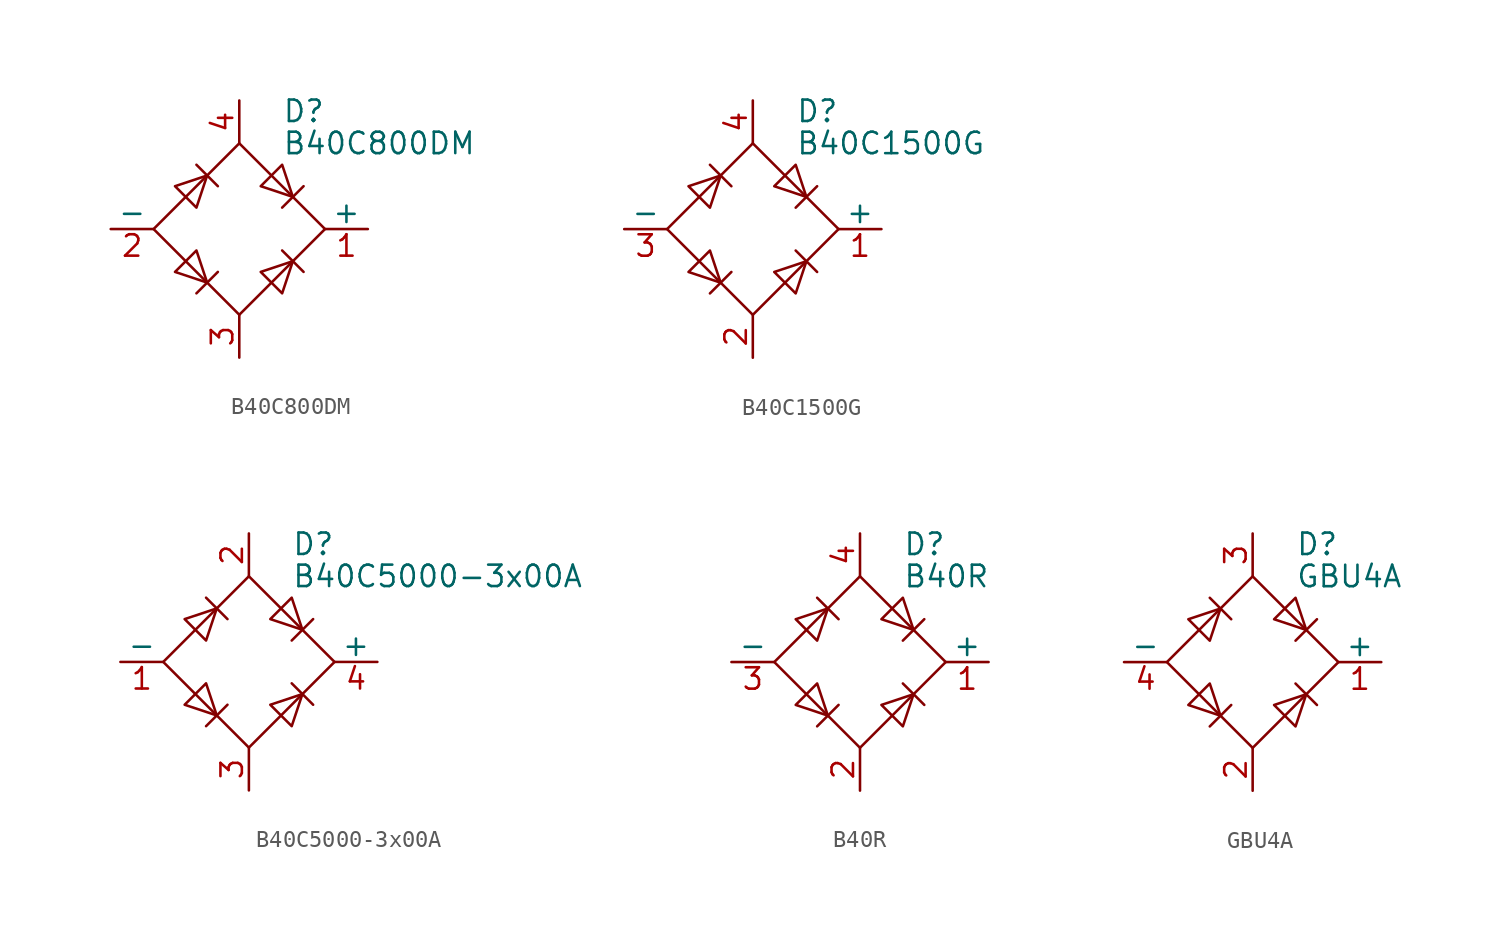
<source format=kicad_sym>
(kicad_symbol_lib
  (version 20211014)
  (generator kicad_symbol_editor)
  (symbol "B40C800DM"
    (pin_names
      (offset 0))
    (property "Reference" "D"
      (at 2.54 6.985 0)
      (effects (font (size 1.27 1.27)) (justify left)))
    (property "Value" "B40C800DM"
      (at 2.54 5.08 0)
      (effects (font (size 1.27 1.27)) (justify left)))
    (symbol "B40C800DM_0_1"
      (polyline (pts (xy -2.54 3.81) (xy -1.27 2.54)) (stroke (width 0) (type default) (color 0 0 0 0)) (fill (type none)))
      (polyline (pts (xy -1.27 -2.54) (xy -2.54 -3.81)) (stroke (width 0) (type default) (color 0 0 0 0)) (fill (type none)))
      (polyline (pts (xy 2.54 -1.27) (xy 3.81 -2.54)) (stroke (width 0) (type default) (color 0 0 0 0)) (fill (type none)))
      (polyline (pts (xy 2.54 1.27) (xy 3.81 2.54)) (stroke (width 0) (type default) (color 0 0 0 0)) (fill (type none)))
      (polyline (pts (xy -3.81 2.54) (xy -2.54 1.27) (xy -1.905 3.175) (xy -3.81 2.54)) (stroke (width 0) (type default) (color 0 0 0 0)) (fill (type none)))
      (polyline (pts (xy -2.54 -1.27) (xy -3.81 -2.54) (xy -1.905 -3.175) (xy -2.54 -1.27)) (stroke (width 0) (type default) (color 0 0 0 0)) (fill (type none)))
      (polyline (pts (xy 1.27 2.54) (xy 2.54 3.81) (xy 3.175 1.905) (xy 1.27 2.54)) (stroke (width 0) (type default) (color 0 0 0 0)) (fill (type none)))
      (polyline (pts (xy 3.175 -1.905) (xy 1.27 -2.54) (xy 2.54 -3.81) (xy 3.175 -1.905)) (stroke (width 0) (type default) (color 0 0 0 0)) (fill (type none)))
      (polyline (pts (xy -5.08 0) (xy 0 -5.08) (xy 5.08 0) (xy 0 5.08) (xy -5.08 0)) (stroke (width 0) (type default) (color 0 0 0 0)) (fill (type none))))
    (symbol "B40C800DM_1_1"
      (pin passive line (at 7.62 0 180) (length 2.54) (name "+" (effects (font (size 1.27 1.27)))) (number "1" (effects (font (size 1.27 1.27)))))
      (pin passive line (at -7.62 0 0) (length 2.54) (name "-" (effects (font (size 1.27 1.27)))) (number "2" (effects (font (size 1.27 1.27)))))
      (pin passive line (at 0 -7.62 90) (length 2.54) (name "~" (effects (font (size 1.27 1.27)))) (number "3" (effects (font (size 1.27 1.27)))))
      (pin passive line (at 0 7.62 270) (length 2.54) (name "~" (effects (font (size 1.27 1.27)))) (number "4" (effects (font (size 1.27 1.27)))))))
  (symbol "B40C1500G"
    (pin_names
      (offset 0))
    (property "Reference" "D"
      (at 2.54 6.985 0)
      (effects (font (size 1.27 1.27)) (justify left)))
    (property "Value" "B40C1500G"
      (at 2.54 5.08 0)
      (effects (font (size 1.27 1.27)) (justify left)))
    (symbol "B40C1500G_0_1"
      (polyline (pts (xy -2.54 3.81) (xy -1.27 2.54)) (stroke (width 0) (type default) (color 0 0 0 0)) (fill (type none)))
      (polyline (pts (xy -1.27 -2.54) (xy -2.54 -3.81)) (stroke (width 0) (type default) (color 0 0 0 0)) (fill (type none)))
      (polyline (pts (xy 2.54 -1.27) (xy 3.81 -2.54)) (stroke (width 0) (type default) (color 0 0 0 0)) (fill (type none)))
      (polyline (pts (xy 2.54 1.27) (xy 3.81 2.54)) (stroke (width 0) (type default) (color 0 0 0 0)) (fill (type none)))
      (polyline (pts (xy -3.81 2.54) (xy -2.54 1.27) (xy -1.905 3.175) (xy -3.81 2.54)) (stroke (width 0) (type default) (color 0 0 0 0)) (fill (type none)))
      (polyline (pts (xy -2.54 -1.27) (xy -3.81 -2.54) (xy -1.905 -3.175) (xy -2.54 -1.27)) (stroke (width 0) (type default) (color 0 0 0 0)) (fill (type none)))
      (polyline (pts (xy 1.27 2.54) (xy 2.54 3.81) (xy 3.175 1.905) (xy 1.27 2.54)) (stroke (width 0) (type default) (color 0 0 0 0)) (fill (type none)))
      (polyline (pts (xy 3.175 -1.905) (xy 1.27 -2.54) (xy 2.54 -3.81) (xy 3.175 -1.905)) (stroke (width 0) (type default) (color 0 0 0 0)) (fill (type none)))
      (polyline (pts (xy -5.08 0) (xy 0 -5.08) (xy 5.08 0) (xy 0 5.08) (xy -5.08 0)) (stroke (width 0) (type default) (color 0 0 0 0)) (fill (type none))))
    (symbol "B40C1500G_1_1"
      (pin passive line (at 7.62 0 180) (length 2.54) (name "+" (effects (font (size 1.27 1.27)))) (number "1" (effects (font (size 1.27 1.27)))))
      (pin passive line (at 0 -7.62 90) (length 2.54) (name "~" (effects (font (size 1.27 1.27)))) (number "2" (effects (font (size 1.27 1.27)))))
      (pin passive line (at -7.62 0 0) (length 2.54) (name "-" (effects (font (size 1.27 1.27)))) (number "3" (effects (font (size 1.27 1.27)))))
      (pin passive line (at 0 7.62 270) (length 2.54) (name "~" (effects (font (size 1.27 1.27)))) (number "4" (effects (font (size 1.27 1.27)))))))
  (symbol "B40C5000-3x00A"
    (pin_names
      (offset 0))
    (property "Reference" "D"
      (at 2.54 6.985 0)
      (effects (font (size 1.27 1.27)) (justify left)))
    (property "Value" "B40C5000-3x00A"
      (at 2.54 5.08 0)
      (effects (font (size 1.27 1.27)) (justify left)))
    (symbol "B40C5000-3x00A_0_1"
      (polyline (pts (xy -2.54 3.81) (xy -1.27 2.54)) (stroke (width 0) (type default) (color 0 0 0 0)) (fill (type none)))
      (polyline (pts (xy -1.27 -2.54) (xy -2.54 -3.81)) (stroke (width 0) (type default) (color 0 0 0 0)) (fill (type none)))
      (polyline (pts (xy 2.54 -1.27) (xy 3.81 -2.54)) (stroke (width 0) (type default) (color 0 0 0 0)) (fill (type none)))
      (polyline (pts (xy 2.54 1.27) (xy 3.81 2.54)) (stroke (width 0) (type default) (color 0 0 0 0)) (fill (type none)))
      (polyline (pts (xy -3.81 2.54) (xy -2.54 1.27) (xy -1.905 3.175) (xy -3.81 2.54)) (stroke (width 0) (type default) (color 0 0 0 0)) (fill (type none)))
      (polyline (pts (xy -2.54 -1.27) (xy -3.81 -2.54) (xy -1.905 -3.175) (xy -2.54 -1.27)) (stroke (width 0) (type default) (color 0 0 0 0)) (fill (type none)))
      (polyline (pts (xy 1.27 2.54) (xy 2.54 3.81) (xy 3.175 1.905) (xy 1.27 2.54)) (stroke (width 0) (type default) (color 0 0 0 0)) (fill (type none)))
      (polyline (pts (xy 3.175 -1.905) (xy 1.27 -2.54) (xy 2.54 -3.81) (xy 3.175 -1.905)) (stroke (width 0) (type default) (color 0 0 0 0)) (fill (type none)))
      (polyline (pts (xy -5.08 0) (xy 0 -5.08) (xy 5.08 0) (xy 0 5.08) (xy -5.08 0)) (stroke (width 0) (type default) (color 0 0 0 0)) (fill (type none))))
    (symbol "B40C5000-3x00A_1_1"
      (pin passive line (at -7.62 0 0) (length 2.54) (name "-" (effects (font (size 1.27 1.27)))) (number "1" (effects (font (size 1.27 1.27)))))
      (pin passive line (at 0 7.62 270) (length 2.54) (name "~" (effects (font (size 1.27 1.27)))) (number "2" (effects (font (size 1.27 1.27)))))
      (pin passive line (at 0 -7.62 90) (length 2.54) (name "~" (effects (font (size 1.27 1.27)))) (number "3" (effects (font (size 1.27 1.27)))))
      (pin passive line (at 7.62 0 180) (length 2.54) (name "+" (effects (font (size 1.27 1.27)))) (number "4" (effects (font (size 1.27 1.27)))))))
  (symbol "B40R"
    (pin_names
      (offset 0))
    (property "Reference" "D"
      (at 2.54 6.985 0)
      (effects (font (size 1.27 1.27)) (justify left)))
    (property "Value" "B40R"
      (at 2.54 5.08 0)
      (effects (font (size 1.27 1.27)) (justify left)))
    (symbol "B40R_0_1"
      (polyline (pts (xy -2.54 3.81) (xy -1.27 2.54)) (stroke (width 0) (type default) (color 0 0 0 0)) (fill (type none)))
      (polyline (pts (xy -1.27 -2.54) (xy -2.54 -3.81)) (stroke (width 0) (type default) (color 0 0 0 0)) (fill (type none)))
      (polyline (pts (xy 2.54 -1.27) (xy 3.81 -2.54)) (stroke (width 0) (type default) (color 0 0 0 0)) (fill (type none)))
      (polyline (pts (xy 2.54 1.27) (xy 3.81 2.54)) (stroke (width 0) (type default) (color 0 0 0 0)) (fill (type none)))
      (polyline (pts (xy -3.81 2.54) (xy -2.54 1.27) (xy -1.905 3.175) (xy -3.81 2.54)) (stroke (width 0) (type default) (color 0 0 0 0)) (fill (type none)))
      (polyline (pts (xy -2.54 -1.27) (xy -3.81 -2.54) (xy -1.905 -3.175) (xy -2.54 -1.27)) (stroke (width 0) (type default) (color 0 0 0 0)) (fill (type none)))
      (polyline (pts (xy 1.27 2.54) (xy 2.54 3.81) (xy 3.175 1.905) (xy 1.27 2.54)) (stroke (width 0) (type default) (color 0 0 0 0)) (fill (type none)))
      (polyline (pts (xy 3.175 -1.905) (xy 1.27 -2.54) (xy 2.54 -3.81) (xy 3.175 -1.905)) (stroke (width 0) (type default) (color 0 0 0 0)) (fill (type none)))
      (polyline (pts (xy -5.08 0) (xy 0 -5.08) (xy 5.08 0) (xy 0 5.08) (xy -5.08 0)) (stroke (width 0) (type default) (color 0 0 0 0)) (fill (type none))))
    (symbol "B40R_1_1"
      (pin passive line (at 7.62 0 180) (length 2.54) (name "+" (effects (font (size 1.27 1.27)))) (number "1" (effects (font (size 1.27 1.27)))))
      (pin passive line (at 0 -7.62 90) (length 2.54) (name "~" (effects (font (size 1.27 1.27)))) (number "2" (effects (font (size 1.27 1.27)))))
      (pin passive line (at -7.62 0 0) (length 2.54) (name "-" (effects (font (size 1.27 1.27)))) (number "3" (effects (font (size 1.27 1.27)))))
      (pin passive line (at 0 7.62 270) (length 2.54) (name "~" (effects (font (size 1.27 1.27)))) (number "4" (effects (font (size 1.27 1.27)))))))
  (symbol "GBU4A"
    (pin_names
      (offset 0))
    (property "Reference" "D"
      (at 2.54 6.985 0)
      (effects (font (size 1.27 1.27)) (justify left)))
    (property "Value" "GBU4A"
      (at 2.54 5.08 0)
      (effects (font (size 1.27 1.27)) (justify left)))
    (symbol "GBU4A_0_1"
      (polyline (pts (xy -2.54 3.81) (xy -1.27 2.54)) (stroke (width 0) (type default) (color 0 0 0 0)) (fill (type none)))
      (polyline (pts (xy -1.27 -2.54) (xy -2.54 -3.81)) (stroke (width 0) (type default) (color 0 0 0 0)) (fill (type none)))
      (polyline (pts (xy 2.54 -1.27) (xy 3.81 -2.54)) (stroke (width 0) (type default) (color 0 0 0 0)) (fill (type none)))
      (polyline (pts (xy 2.54 1.27) (xy 3.81 2.54)) (stroke (width 0) (type default) (color 0 0 0 0)) (fill (type none)))
      (polyline (pts (xy -3.81 2.54) (xy -2.54 1.27) (xy -1.905 3.175) (xy -3.81 2.54)) (stroke (width 0) (type default) (color 0 0 0 0)) (fill (type none)))
      (polyline (pts (xy -2.54 -1.27) (xy -3.81 -2.54) (xy -1.905 -3.175) (xy -2.54 -1.27)) (stroke (width 0) (type default) (color 0 0 0 0)) (fill (type none)))
      (polyline (pts (xy 1.27 2.54) (xy 2.54 3.81) (xy 3.175 1.905) (xy 1.27 2.54)) (stroke (width 0) (type default) (color 0 0 0 0)) (fill (type none)))
      (polyline (pts (xy 3.175 -1.905) (xy 1.27 -2.54) (xy 2.54 -3.81) (xy 3.175 -1.905)) (stroke (width 0) (type default) (color 0 0 0 0)) (fill (type none)))
      (polyline (pts (xy -5.08 0) (xy 0 -5.08) (xy 5.08 0) (xy 0 5.08) (xy -5.08 0)) (stroke (width 0) (type default) (color 0 0 0 0)) (fill (type none))))
    (symbol "GBU4A_1_1"
      (pin passive line (at 7.62 0 180) (length 2.54) (name "+" (effects (font (size 1.27 1.27)))) (number "1" (effects (font (size 1.27 1.27)))))
      (pin passive line (at 0 -7.62 90) (length 2.54) (name "~" (effects (font (size 1.27 1.27)))) (number "2" (effects (font (size 1.27 1.27)))))
      (pin passive line (at 0 7.62 270) (length 2.54) (name "~" (effects (font (size 1.27 1.27)))) (number "3" (effects (font (size 1.27 1.27)))))
      (pin passive line (at -7.62 0 0) (length 2.54) (name "-" (effects (font (size 1.27 1.27)))) (number "4" (effects (font (size 1.27 1.27))))))))
</source>
